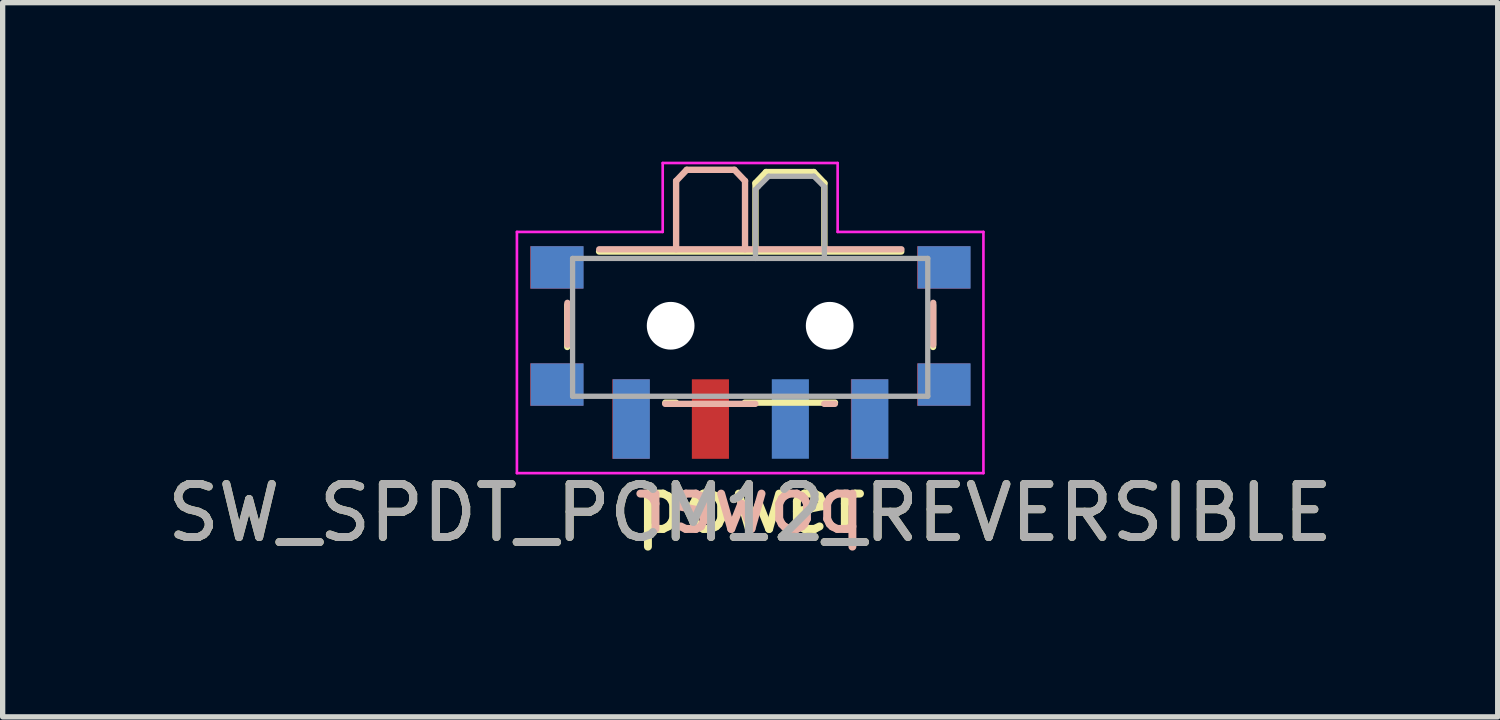
<source format=kicad_pcb>
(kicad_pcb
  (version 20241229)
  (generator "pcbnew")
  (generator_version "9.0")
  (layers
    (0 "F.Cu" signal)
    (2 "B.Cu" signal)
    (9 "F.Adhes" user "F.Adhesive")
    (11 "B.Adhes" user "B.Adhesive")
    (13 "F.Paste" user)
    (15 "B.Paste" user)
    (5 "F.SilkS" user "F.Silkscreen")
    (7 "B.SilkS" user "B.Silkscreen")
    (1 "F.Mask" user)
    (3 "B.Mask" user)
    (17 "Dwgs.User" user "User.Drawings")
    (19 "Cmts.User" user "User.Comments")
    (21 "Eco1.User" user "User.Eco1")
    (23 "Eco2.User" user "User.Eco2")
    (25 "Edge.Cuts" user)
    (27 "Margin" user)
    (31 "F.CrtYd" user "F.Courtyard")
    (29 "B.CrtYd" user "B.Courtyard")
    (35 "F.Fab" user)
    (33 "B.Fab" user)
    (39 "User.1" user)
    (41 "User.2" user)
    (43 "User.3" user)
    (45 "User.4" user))
  (footprint "SW_SPDT_PCM12_REVERSIBLE"
    (layer "F.Cu")
    (at 11.101 2.409)
    (property "Reference" "SW_SPDT_PCM12_REVERSIBLE" (at 0 4.216 0) (layer "F.SilkS") (effects (font (size 1 1) (thickness 0.15))))
    (attr smd)
    (fp_line (start -3.45 0.296) (end -3.45 1.086) (stroke (width 0.12) (type solid)) (layer "F.SilkS"))
    (fp_line (start -1.4 2.136) (end -1.6 2.136) (stroke (width 0.12) (type solid)) (layer "F.SilkS"))
    (fp_line (start 0.1 -2.004) (end 0.1 -0.714) (stroke (width 0.12) (type solid)) (layer "F.SilkS"))
    (fp_line (start 0.1 -2.004) (end 0.3 -2.214) (stroke (width 0.12) (type solid)) (layer "F.SilkS"))
    (fp_line (start 1.2 -2.214) (end 0.3 -2.214) (stroke (width 0.12) (type solid)) (layer "F.SilkS"))
    (fp_line (start 1.4 -2.004) (end 1.2 -2.214) (stroke (width 0.12) (type solid)) (layer "F.SilkS"))
    (fp_line (start 1.4 -0.714) (end 1.4 -2.004) (stroke (width 0.12) (type solid)) (layer "F.SilkS"))
    (fp_line (start 1.6 2.136) (end -0.1 2.136) (stroke (width 0.12) (type solid)) (layer "F.SilkS"))
    (fp_line (start 2.85 -0.714) (end -2.85 -0.714) (stroke (width 0.12) (type solid)) (layer "F.SilkS"))
    (fp_line (start 3.45 1.086) (end 3.45 0.296) (stroke (width 0.12) (type solid)) (layer "F.SilkS"))
    (fp_line (start -3.447 0.254) (end -3.447 1.044) (stroke (width 0.12) (type solid)) (layer "B.SilkS"))
    (fp_line (start -1.397 -2.046) (end -1.397 -0.756) (stroke (width 0.12) (type solid)) (layer "B.SilkS"))
    (fp_line (start -1.197 -2.256) (end -1.397 -2.046) (stroke (width 0.12) (type solid)) (layer "B.SilkS"))
    (fp_line (start -0.297 -2.256) (end -1.197 -2.256) (stroke (width 0.12) (type solid)) (layer "B.SilkS"))
    (fp_line (start -0.297 -2.256) (end -0.097 -2.046) (stroke (width 0.12) (type solid)) (layer "B.SilkS"))
    (fp_line (start -0.097 -0.756) (end -0.097 -2.046) (stroke (width 0.12) (type solid)) (layer "B.SilkS"))
    (fp_line (start 0.097 2.159) (end -1.603 2.159) (stroke (width 0.12) (type solid)) (layer "B.SilkS"))
    (fp_line (start 1.597 2.159) (end 1.397 2.159) (stroke (width 0.12) (type solid)) (layer "B.SilkS"))
    (fp_line (start 2.853 -0.756) (end -2.847 -0.756) (stroke (width 0.12) (type solid)) (layer "B.SilkS"))
    (fp_line (start 3.453 1.044) (end 3.453 0.254) (stroke (width 0.12) (type solid)) (layer "B.SilkS"))
    (fp_line (start -4.4 -1.084) (end -1.65 -1.084) (stroke (width 0.05) (type solid)) (layer "F.CrtYd"))
    (fp_line (start -4.4 3.466) (end -4.4 -1.084) (stroke (width 0.05) (type solid)) (layer "F.CrtYd"))
    (fp_line (start -1.65 -2.384) (end 1.65 -2.384) (stroke (width 0.05) (type solid)) (layer "F.CrtYd"))
    (fp_line (start -1.65 -1.084) (end -1.65 -2.384) (stroke (width 0.05) (type solid)) (layer "F.CrtYd"))
    (fp_line (start 1.65 -2.384) (end 1.65 -1.084) (stroke (width 0.05) (type solid)) (layer "F.CrtYd"))
    (fp_line (start 1.65 -1.084) (end 4.4 -1.084) (stroke (width 0.05) (type solid)) (layer "F.CrtYd"))
    (fp_line (start 4.4 -1.084) (end 4.4 3.466) (stroke (width 0.05) (type solid)) (layer "F.CrtYd"))
    (fp_line (start 4.4 3.466) (end -4.4 3.466) (stroke (width 0.05) (type solid)) (layer "F.CrtYd"))
    (fp_line (start -3.35 -0.584) (end -3.35 2.016) (stroke (width 0.1) (type solid)) (layer "F.Fab"))
    (fp_line (start -3.35 2.016) (end 3.35 2.016) (stroke (width 0.1) (type solid)) (layer "F.Fab"))
    (fp_line (start 0.1 -1.884) (end 0.1 -0.584) (stroke (width 0.1) (type solid)) (layer "F.Fab"))
    (fp_line (start 0.15 -1.934) (end 0.1 -1.884) (stroke (width 0.1) (type solid)) (layer "F.Fab"))
    (fp_line (start 0.35 -2.134) (end 0.15 -1.934) (stroke (width 0.1) (type solid)) (layer "F.Fab"))
    (fp_line (start 1.2 -2.134) (end 0.35 -2.134) (stroke (width 0.1) (type solid)) (layer "F.Fab"))
    (fp_line (start 1.4 -1.934) (end 1.2 -2.134) (stroke (width 0.1) (type solid)) (layer "F.Fab"))
    (fp_line (start 1.4 -0.634) (end 1.4 -1.934) (stroke (width 0.1) (type solid)) (layer "F.Fab"))
    (fp_line (start 3.35 -0.584) (end -3.35 -0.584) (stroke (width 0.1) (type solid)) (layer "F.Fab"))
    (fp_line (start 3.35 2.016) (end 3.35 -0.584) (stroke (width 0.1) (type solid)) (layer "F.Fab"))
    (fp_text user "power" (at 0 4.064 0) (unlocked yes) (layer "F.SilkS") (effects (font (size 1 1) (thickness 0.15))))
    (fp_text user "power" (at 0 4.064 0) (unlocked yes) (layer "B.SilkS") (effects (font (size 1 1) (thickness 0.15)) (justify mirror)))
    (fp_text user "${REFERENCE}" (at 0 4.216 0) (layer "F.Fab") (effects (font (size 1 1) (thickness 0.15))))
    (pad "" smd rect (at -3.65 -0.414 180) (size 1 0.8) (layers "F.Cu" "F.Mask" "F.Paste"))
    (pad "" smd rect (at -3.65 1.796 180) (size 1 0.8) (layers "F.Cu" "F.Mask" "F.Paste"))
    (pad "" smd rect (at -3.642 -0.415 180) (size 1 0.8) (layers "B.Cu" "B.Mask" "B.Paste"))
    (pad "" smd rect (at -3.642 1.795 180) (size 1 0.8) (layers "B.Cu" "B.Mask" "B.Paste"))
    (pad "" np_thru_hole circle (at -1.5 0.686 180) (size 0.9 0.9) (drill 0.9) (layers "*.Cu" "*.Mask"))
    (pad "" np_thru_hole circle (at 1.5 0.686 180) (size 0.9 0.9) (drill 0.9) (layers "*.Cu" "*.Mask"))
    (pad "" smd rect (at 3.65 -0.414 180) (size 1 0.8) (layers "F.Cu" "F.Mask" "F.Paste"))
    (pad "" smd rect (at 3.65 1.796 180) (size 1 0.8) (layers "F.Cu" "F.Mask" "F.Paste"))
    (pad "" smd rect (at 3.658 -0.415 180) (size 1 0.8) (layers "B.Cu" "B.Mask" "B.Paste"))
    (pad "" smd rect (at 3.658 1.795 180) (size 1 0.8) (layers "B.Cu" "B.Mask" "B.Paste"))
    (pad "1" smd rect (at -2.242 2.445 180) (size 0.7 1.5) (layers "B.Cu" "B.Mask" "B.Paste"))
    (pad "1" smd rect (at 2.25 2.446 180) (size 0.7 1.5) (layers "F.Cu" "F.Mask" "F.Paste"))
    (pad "2" smd rect (at -0.75 2.446 180) (size 0.7 1.5) (layers "F.Cu" "F.Mask" "F.Paste"))
    (pad "2" smd rect (at 0.758 2.445 180) (size 0.7 1.5) (layers "B.Cu" "B.Mask" "B.Paste"))
    (pad "3" smd rect (at -2.25 2.446 180) (size 0.7 1.5) (layers "F.Cu" "F.Mask" "F.Paste"))
    (pad "3" smd rect (at 2.258 2.445 180) (size 0.7 1.5) (layers "B.Cu" "B.Mask" "B.Paste")))
  (gr_rect
    (start -3 -3)
    (end 25.202 10.473)
    (stroke (width 0.1) (type default))
    (fill no)
    (layer "Edge.Cuts")))
</source>
